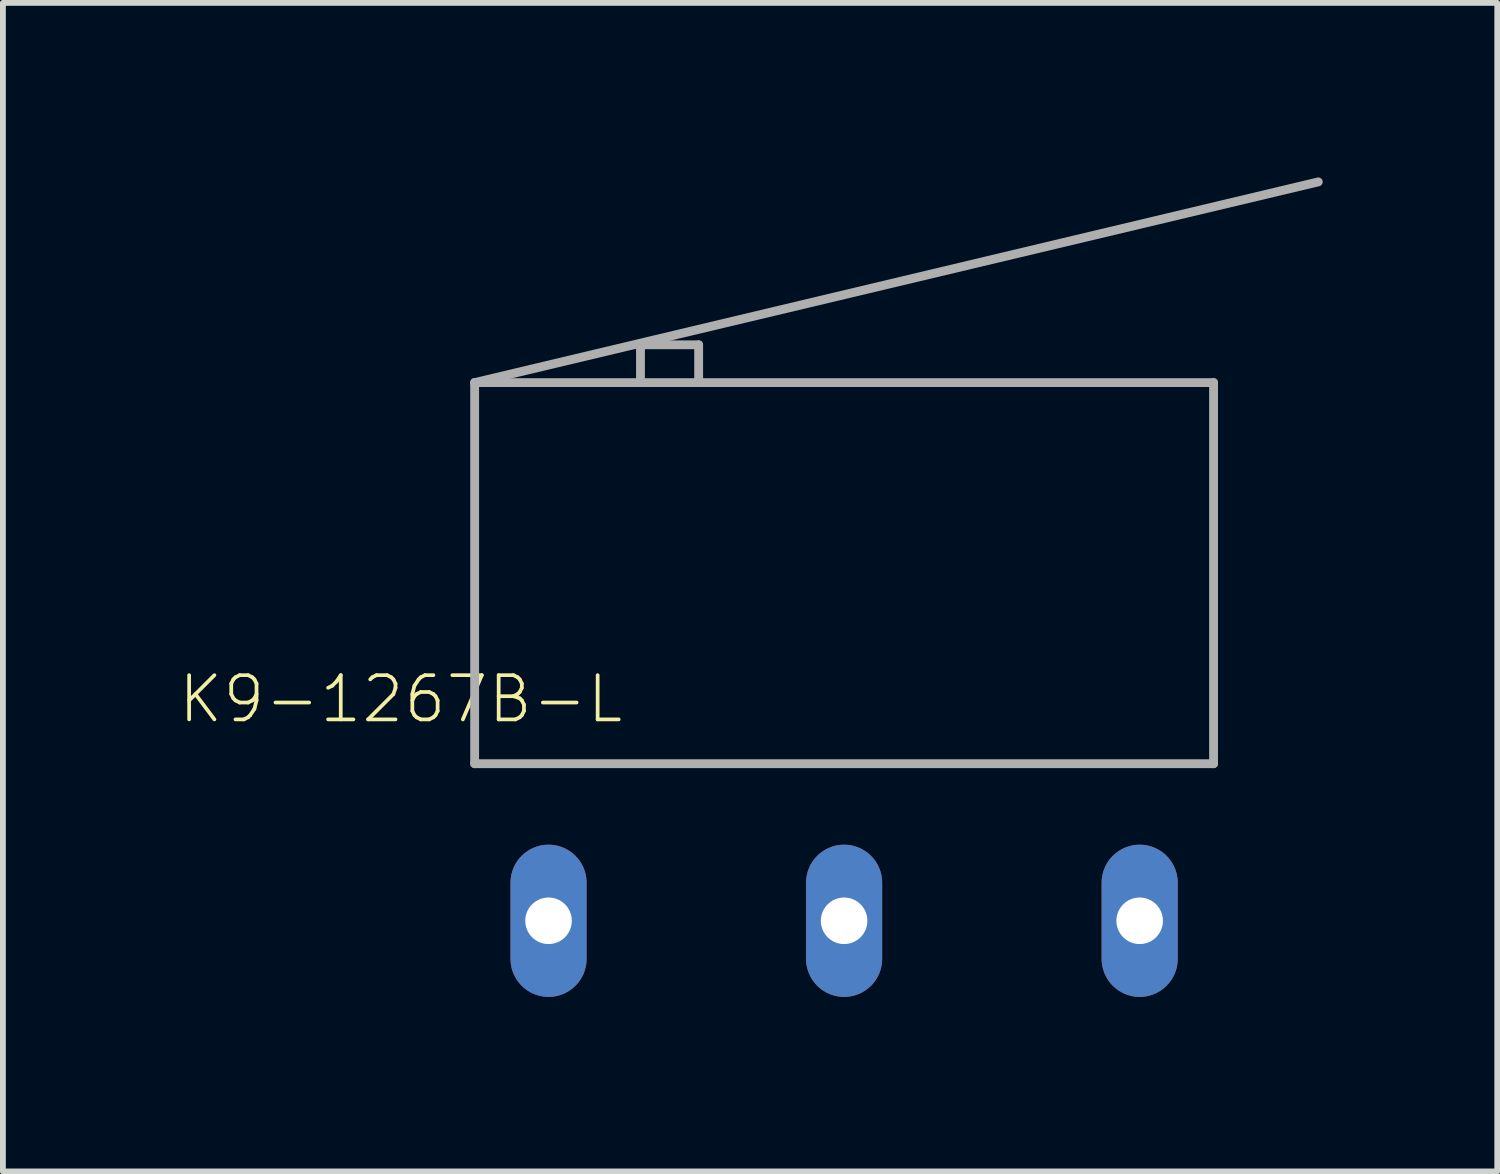
<source format=kicad_pcb>
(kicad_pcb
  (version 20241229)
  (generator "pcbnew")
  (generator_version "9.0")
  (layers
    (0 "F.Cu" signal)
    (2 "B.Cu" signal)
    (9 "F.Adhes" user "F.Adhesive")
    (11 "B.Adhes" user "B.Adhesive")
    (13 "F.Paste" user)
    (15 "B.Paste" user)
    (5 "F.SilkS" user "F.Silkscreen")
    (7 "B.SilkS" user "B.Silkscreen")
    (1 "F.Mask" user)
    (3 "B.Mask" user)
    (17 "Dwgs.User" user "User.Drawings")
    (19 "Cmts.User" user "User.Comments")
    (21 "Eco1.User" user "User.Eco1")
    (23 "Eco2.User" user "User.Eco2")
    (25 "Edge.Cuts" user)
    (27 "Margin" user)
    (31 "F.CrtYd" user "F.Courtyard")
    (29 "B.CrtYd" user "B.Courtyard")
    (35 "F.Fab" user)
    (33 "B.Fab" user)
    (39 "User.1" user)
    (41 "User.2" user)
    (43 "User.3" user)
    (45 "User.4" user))
  (footprint "K9-1267B-L"
    (layer "F.Cu")
    (at 11.458 12.776)
    (property "Reference" "K9-1267B-L" (at -7.62 -3.81 0) (layer "F.SilkS") (effects (font (size 0.76 0.76) (thickness 0.064))))
    (attr through_hole)
    (fp_line (start -6.35 -9.25) (end -6.35 -2.7) (stroke (width 0.152) (type solid)) (layer "F.Fab"))
    (fp_line (start -6.35 -9.25) (end 8.15 -12.7) (stroke (width 0.152) (type solid)) (layer "F.Fab"))
    (fp_line (start -6.35 -2.7) (end 6.35 -2.7) (stroke (width 0.152) (type solid)) (layer "F.Fab"))
    (fp_line (start -3.5 -9.9) (end -2.5 -9.9) (stroke (width 0.152) (type solid)) (layer "F.Fab"))
    (fp_line (start -3.5 -9.25) (end -6.35 -9.25) (stroke (width 0.152) (type solid)) (layer "F.Fab"))
    (fp_line (start -3.5 -9.25) (end -3.5 -9.9) (stroke (width 0.152) (type solid)) (layer "F.Fab"))
    (fp_line (start -2.5 -9.9) (end -2.5 -9.25) (stroke (width 0.152) (type solid)) (layer "F.Fab"))
    (fp_line (start -2.5 -9.25) (end -3.5 -9.25) (stroke (width 0.152) (type solid)) (layer "F.Fab"))
    (fp_line (start 6.35 -9.25) (end -2.5 -9.25) (stroke (width 0.152) (type solid)) (layer "F.Fab"))
    (fp_line (start 6.35 -2.7) (end 6.35 -9.25) (stroke (width 0.152) (type solid)) (layer "F.Fab"))
    (pad "C" thru_hole oval (at -5.08 0 90) (size 2.616 1.308) (drill 0.8) (layers "*.Cu" "*.Mask"))
    (pad "NC" thru_hole oval (at 5.08 0 90) (size 2.616 1.308) (drill 0.8) (layers "*.Cu" "*.Mask"))
    (pad "NO" thru_hole oval (at 0 0 90) (size 2.616 1.308) (drill 0.8) (layers "*.Cu" "*.Mask")))
  (gr_rect
    (start -3 -3)
    (end 22.684 17.084)
    (stroke (width 0.1) (type default))
    (fill no)
    (layer "Edge.Cuts")))
</source>
